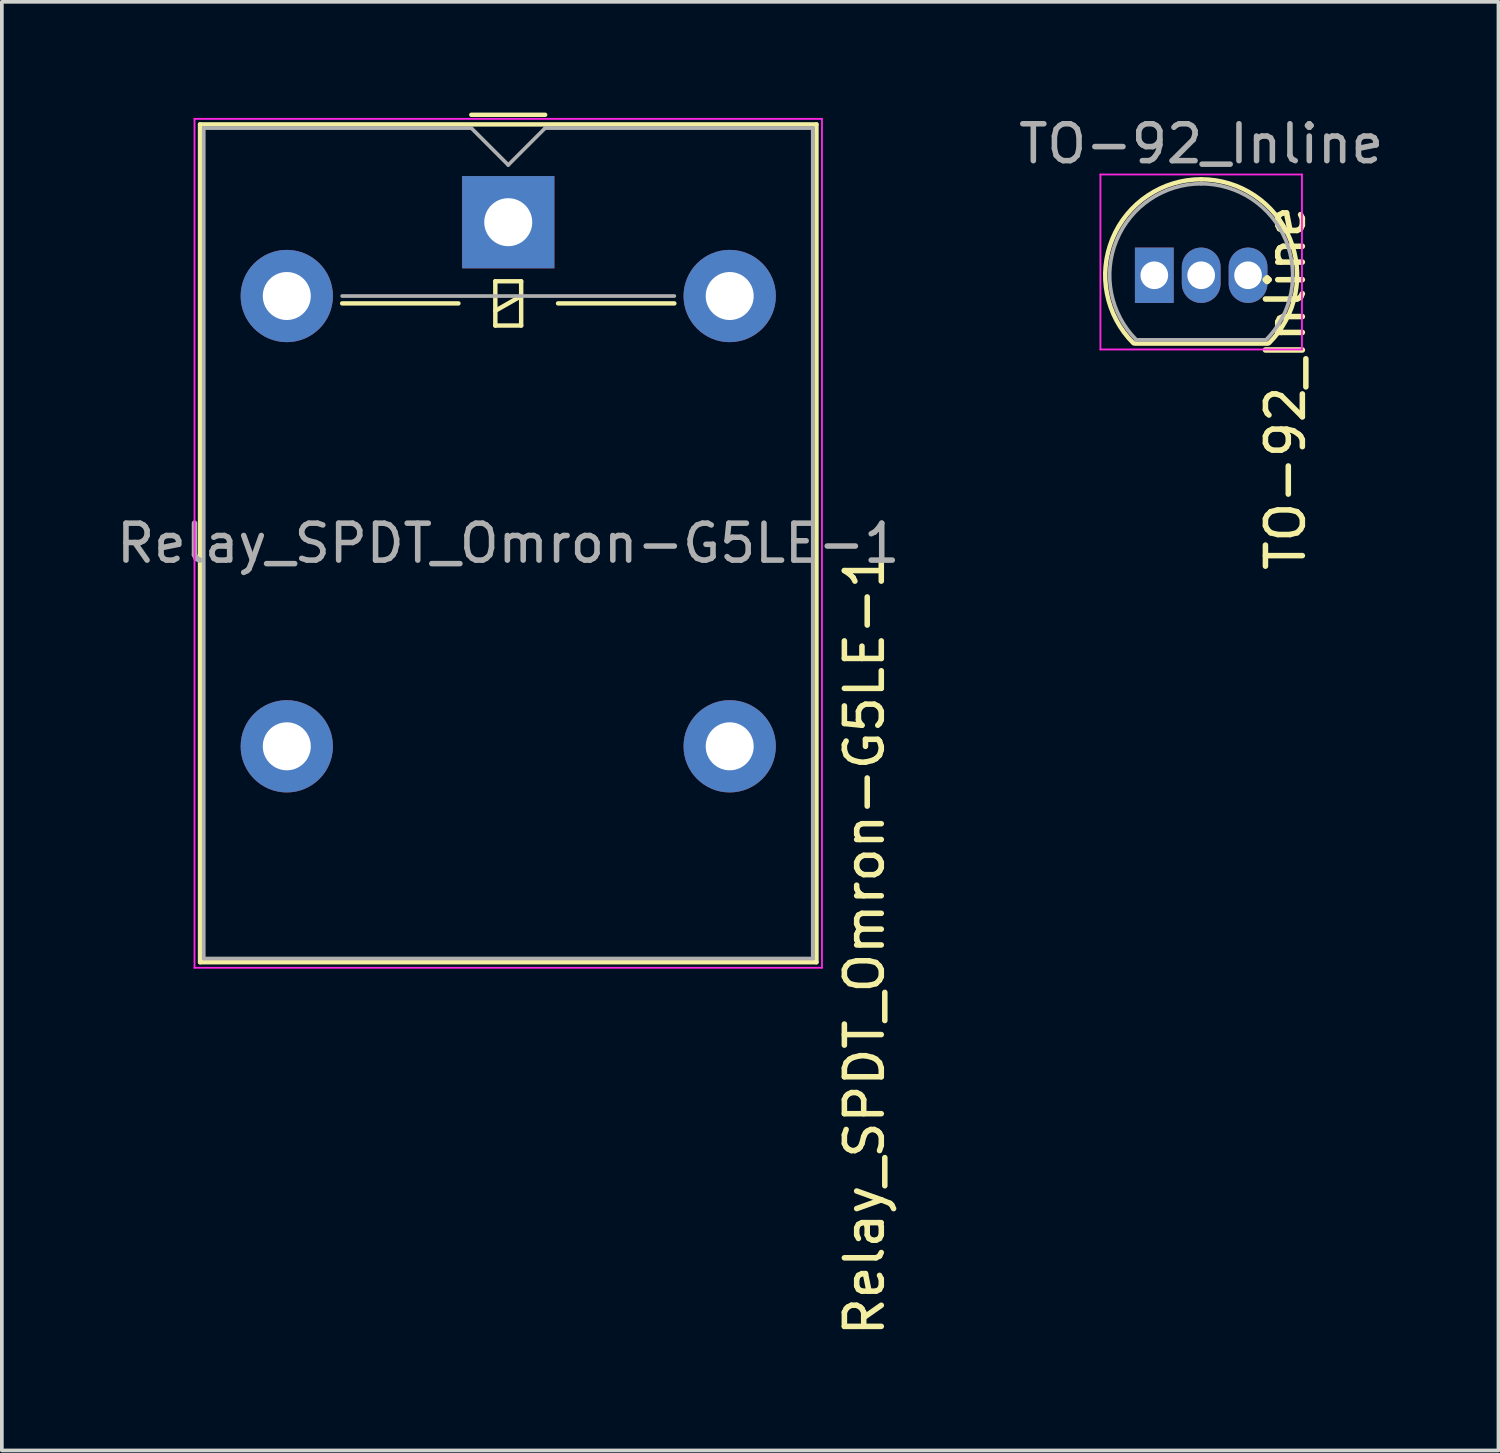
<source format=kicad_pcb>
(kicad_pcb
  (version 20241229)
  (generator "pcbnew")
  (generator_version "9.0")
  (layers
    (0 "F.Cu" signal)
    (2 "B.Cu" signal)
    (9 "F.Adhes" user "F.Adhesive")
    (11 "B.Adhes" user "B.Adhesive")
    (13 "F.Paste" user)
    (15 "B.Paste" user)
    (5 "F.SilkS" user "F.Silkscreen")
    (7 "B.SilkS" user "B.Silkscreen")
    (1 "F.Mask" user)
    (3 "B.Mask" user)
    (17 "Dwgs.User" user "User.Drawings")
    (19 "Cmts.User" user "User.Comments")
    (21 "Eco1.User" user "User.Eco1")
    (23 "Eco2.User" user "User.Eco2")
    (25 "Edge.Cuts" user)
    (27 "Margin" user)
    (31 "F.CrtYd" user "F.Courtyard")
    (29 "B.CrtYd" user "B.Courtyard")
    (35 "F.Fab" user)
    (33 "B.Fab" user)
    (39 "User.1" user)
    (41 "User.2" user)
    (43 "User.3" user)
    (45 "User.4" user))
  (footprint "TO-92_Inline"
    (layer "F.Cu")
    (at 28.224 4.408)
    (property "Reference" "TO-92_Inline" (at 3.556 3.048 90) (layer "F.SilkS") (effects (font (size 1 1) (thickness 0.15))))
    (attr through_hole)
    (fp_line (start -0.53 1.85) (end 3.07 1.85) (stroke (width 0.12) (type solid)) (layer "F.SilkS"))
    (fp_arc (start -0.568478 1.838478) (mid -1.132087 -0.994977) (end 1.27 -2.6) (stroke (width 0.12) (type solid)) (layer "F.SilkS"))
    (fp_arc (start 1.27 -2.6) (mid 3.672087 -0.994977) (end 3.108478 1.838478) (stroke (width 0.12) (type solid)) (layer "F.SilkS"))
    (fp_line (start -1.46 -2.73) (end -1.46 2.01) (stroke (width 0.05) (type solid)) (layer "F.CrtYd"))
    (fp_line (start -1.46 -2.73) (end 4 -2.73) (stroke (width 0.05) (type solid)) (layer "F.CrtYd"))
    (fp_line (start 4 2.01) (end -1.46 2.01) (stroke (width 0.05) (type solid)) (layer "F.CrtYd"))
    (fp_line (start 4 2.01) (end 4 -2.73) (stroke (width 0.05) (type solid)) (layer "F.CrtYd"))
    (fp_line (start -0.5 1.75) (end 3 1.75) (stroke (width 0.1) (type solid)) (layer "F.Fab"))
    (fp_arc (start -0.483625 1.753625) (mid -1.021221 -0.949055) (end 1.27 -2.48) (stroke (width 0.1) (type solid)) (layer "F.Fab"))
    (fp_arc (start 1.27 -2.48) (mid 3.561221 -0.949055) (end 3.023625 1.753625) (stroke (width 0.1) (type solid)) (layer "F.Fab"))
    (fp_text user "${REFERENCE}" (at 1.27 -3.56 0) (layer "F.Fab") (effects (font (size 1 1) (thickness 0.15))))
    (pad "1" thru_hole rect (at 0 0) (size 1.05 1.5) (drill 0.75) (layers "*.Cu" "*.Mask"))
    (pad "2" thru_hole oval (at 1.27 0) (size 1.05 1.5) (drill 0.75) (layers "*.Cu" "*.Mask"))
    (pad "3" thru_hole oval (at 2.54 0) (size 1.05 1.5) (drill 0.75) (layers "*.Cu" "*.Mask")))
  (footprint "Relay_SPDT_Omron-G5LE-1"
    (layer "F.Cu")
    (at 10.72 2.97)
    (property "Reference" "Relay_SPDT_Omron-G5LE-1" (at 9.652 19.558 90) (layer "F.SilkS") (effects (font (size 1 1) (thickness 0.15))))
    (attr through_hole)
    (fp_line (start -8.35 -2.65) (end -8.35 20.05) (stroke (width 0.12) (type solid)) (layer "F.SilkS"))
    (fp_line (start -8.35 20.05) (end 8.35 20.05) (stroke (width 0.12) (type solid)) (layer "F.SilkS"))
    (fp_line (start -4.5 2.2) (end -1.35 2.2) (stroke (width 0.12) (type solid)) (layer "F.SilkS"))
    (fp_line (start -1 -2.91) (end 1 -2.91) (stroke (width 0.12) (type solid)) (layer "F.SilkS"))
    (fp_line (start -0.35 1.6) (end -0.35 2.8) (stroke (width 0.12) (type solid)) (layer "F.SilkS"))
    (fp_line (start -0.35 2.4) (end 0.35 2) (stroke (width 0.12) (type solid)) (layer "F.SilkS"))
    (fp_line (start -0.35 2.8) (end 0.35 2.8) (stroke (width 0.12) (type solid)) (layer "F.SilkS"))
    (fp_line (start 0.35 1.6) (end -0.35 1.6) (stroke (width 0.12) (type solid)) (layer "F.SilkS"))
    (fp_line (start 0.35 2.8) (end 0.35 1.6) (stroke (width 0.12) (type solid)) (layer "F.SilkS"))
    (fp_line (start 1.35 2.2) (end 4.5 2.2) (stroke (width 0.12) (type solid)) (layer "F.SilkS"))
    (fp_line (start 8.35 -2.65) (end -8.35 -2.65) (stroke (width 0.12) (type solid)) (layer "F.SilkS"))
    (fp_line (start 8.35 20.05) (end 8.35 -2.65) (stroke (width 0.12) (type solid)) (layer "F.SilkS"))
    (fp_line (start -8.5 -2.8) (end -8.5 20.2) (stroke (width 0.05) (type solid)) (layer "F.CrtYd"))
    (fp_line (start -8.5 20.2) (end 8.5 20.2) (stroke (width 0.05) (type solid)) (layer "F.CrtYd"))
    (fp_line (start 8.5 -2.8) (end -8.5 -2.8) (stroke (width 0.05) (type solid)) (layer "F.CrtYd"))
    (fp_line (start 8.5 20.2) (end 8.5 -2.8) (stroke (width 0.05) (type solid)) (layer "F.CrtYd"))
    (fp_line (start -8.25 -2.55) (end -1 -2.55) (stroke (width 0.1) (type solid)) (layer "F.Fab"))
    (fp_line (start -8.25 19.95) (end -8.25 -2.55) (stroke (width 0.1) (type solid)) (layer "F.Fab"))
    (fp_line (start -4.5 2) (end 4.5 2) (stroke (width 0.1) (type solid)) (layer "F.Fab"))
    (fp_line (start -1 -2.55) (end 0 -1.55) (stroke (width 0.1) (type solid)) (layer "F.Fab"))
    (fp_line (start 0 -1.55) (end 1 -2.55) (stroke (width 0.1) (type solid)) (layer "F.Fab"))
    (fp_line (start 1 -2.55) (end 8.25 -2.55) (stroke (width 0.1) (type solid)) (layer "F.Fab"))
    (fp_line (start 8.25 -2.55) (end 8.25 19.95) (stroke (width 0.1) (type solid)) (layer "F.Fab"))
    (fp_line (start 8.25 19.95) (end -8.25 19.95) (stroke (width 0.1) (type solid)) (layer "F.Fab"))
    (fp_text user "${REFERENCE}" (at 0 8.7 0) (layer "F.Fab") (effects (font (size 1 1) (thickness 0.15))))
    (pad "1" thru_hole rect (at 0 0) (size 2.5 2.5) (drill 1.3) (layers "*.Cu" "*.Mask"))
    (pad "2" thru_hole oval (at -6 2) (size 2.5 2.5) (drill 1.3) (layers "*.Cu" "*.Mask"))
    (pad "3" thru_hole oval (at -6 14.2) (size 2.5 2.5) (drill 1.3) (layers "*.Cu" "*.Mask"))
    (pad "4" thru_hole oval (at 6 14.2) (size 2.5 2.5) (drill 1.3) (layers "*.Cu" "*.Mask"))
    (pad "5" thru_hole oval (at 6 2) (size 2.5 2.5) (drill 1.3) (layers "*.Cu" "*.Mask")))
  (gr_rect
    (start -3 -3)
    (end 37.548 36.248)
    (stroke (width 0.1) (type default))
    (fill no)
    (layer "Edge.Cuts")))
</source>
